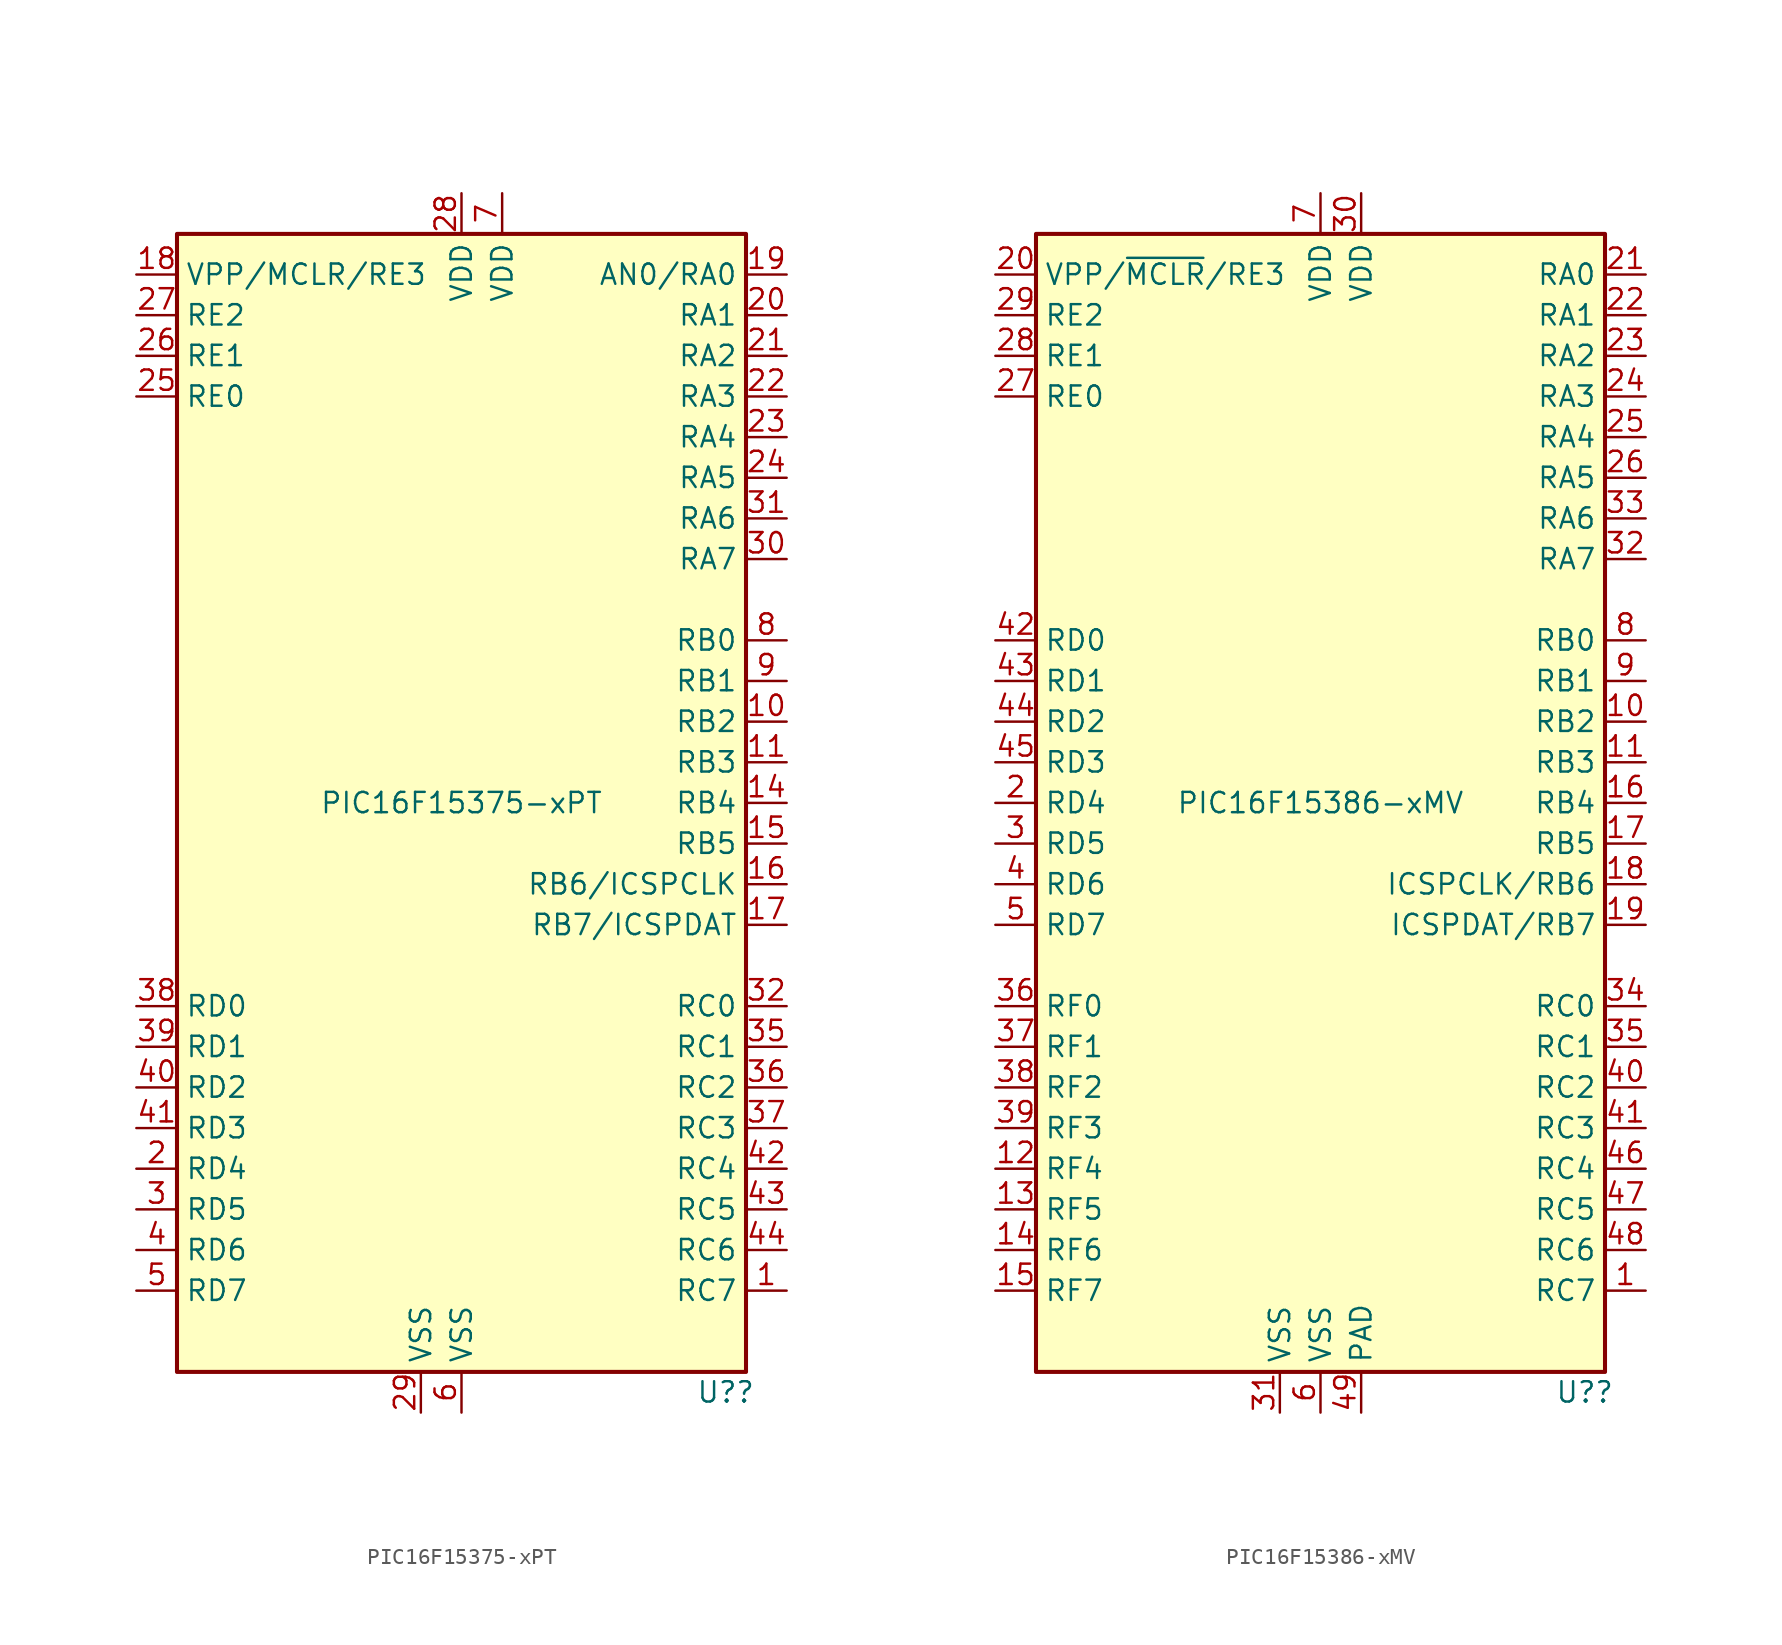
<source format=kicad_sym>
(kicad_symbol_lib
  (version 20200908)
  (generator kicad_symbol_editor)
  (symbol "MCU_Microchip_PIC16:PIC16F15375-xPT"
    (property "Reference" "U?"
      (at 16.51 -36.83 0)
      (effects (font (size 1.27 1.27))))
    (property "Value" "PIC16F15375-xPT"
      (at 0 0 0)
      (effects (font (size 1.27 1.27))))
    (symbol "PIC16F15375-xPT_0_1"
      (rectangle (start -17.78 35.56) (end 17.78 -35.56) (stroke (width 0.254)) (fill (type background))))
    (symbol "PIC16F15375-xPT_0_0"
      (pin unconnected line (at -20.32 5.08 0) (length 2.54) hide (name "NC" (effects (font (size 1.27 1.27)))) (number "12" (effects (font (size 1.27 1.27)))))
      (pin unconnected line (at -20.32 0 0) (length 2.54) hide (name "NC" (effects (font (size 1.27 1.27)))) (number "13" (effects (font (size 1.27 1.27)))))
      (pin unconnected line (at -20.32 2.54 0) (length 2.54) hide (name "NC" (effects (font (size 1.27 1.27)))) (number "33" (effects (font (size 1.27 1.27)))))
      (pin unconnected line (at -20.32 7.62 0) (length 2.54) hide (name "NC" (effects (font (size 1.27 1.27)))) (number "34" (effects (font (size 1.27 1.27))))))
    (symbol "PIC16F15375-xPT_1_1"
      (pin bidirectional line (at 20.32 -30.48 180) (length 2.54) (name "RC7" (effects (font (size 1.27 1.27)))) (number "1" (effects (font (size 1.27 1.27)))))
      (pin bidirectional line (at 20.32 5.08 180) (length 2.54) (name "RB2" (effects (font (size 1.27 1.27)))) (number "10" (effects (font (size 1.27 1.27)))))
      (pin bidirectional line (at 20.32 2.54 180) (length 2.54) (name "RB3" (effects (font (size 1.27 1.27)))) (number "11" (effects (font (size 1.27 1.27)))))
      (pin bidirectional line (at 20.32 0 180) (length 2.54) (name "RB4" (effects (font (size 1.27 1.27)))) (number "14" (effects (font (size 1.27 1.27)))))
      (pin bidirectional line (at 20.32 -2.54 180) (length 2.54) (name "RB5" (effects (font (size 1.27 1.27)))) (number "15" (effects (font (size 1.27 1.27)))))
      (pin bidirectional line (at 20.32 -5.08 180) (length 2.54) (name "RB6/ICSPCLK" (effects (font (size 1.27 1.27)))) (number "16" (effects (font (size 1.27 1.27)))))
      (pin bidirectional line (at 20.32 -7.62 180) (length 2.54) (name "RB7/ICSPDAT" (effects (font (size 1.27 1.27)))) (number "17" (effects (font (size 1.27 1.27)))))
      (pin bidirectional line (at -20.32 33.02 0) (length 2.54) (name "VPP/MCLR/RE3" (effects (font (size 1.27 1.27)))) (number "18" (effects (font (size 1.27 1.27)))))
      (pin bidirectional line (at 20.32 33.02 180) (length 2.54) (name "AN0/RA0" (effects (font (size 1.27 1.27)))) (number "19" (effects (font (size 1.27 1.27)))))
      (pin bidirectional line (at -20.32 -22.86 0) (length 2.54) (name "RD4" (effects (font (size 1.27 1.27)))) (number "2" (effects (font (size 1.27 1.27)))))
      (pin bidirectional line (at 20.32 30.48 180) (length 2.54) (name "RA1" (effects (font (size 1.27 1.27)))) (number "20" (effects (font (size 1.27 1.27)))))
      (pin bidirectional line (at 20.32 27.94 180) (length 2.54) (name "RA2" (effects (font (size 1.27 1.27)))) (number "21" (effects (font (size 1.27 1.27)))))
      (pin bidirectional line (at 20.32 25.4 180) (length 2.54) (name "RA3" (effects (font (size 1.27 1.27)))) (number "22" (effects (font (size 1.27 1.27)))))
      (pin bidirectional line (at 20.32 22.86 180) (length 2.54) (name "RA4" (effects (font (size 1.27 1.27)))) (number "23" (effects (font (size 1.27 1.27)))))
      (pin bidirectional line (at 20.32 20.32 180) (length 2.54) (name "RA5" (effects (font (size 1.27 1.27)))) (number "24" (effects (font (size 1.27 1.27)))))
      (pin bidirectional line (at -20.32 25.4 0) (length 2.54) (name "RE0" (effects (font (size 1.27 1.27)))) (number "25" (effects (font (size 1.27 1.27)))))
      (pin bidirectional line (at -20.32 27.94 0) (length 2.54) (name "RE1" (effects (font (size 1.27 1.27)))) (number "26" (effects (font (size 1.27 1.27)))))
      (pin bidirectional line (at -20.32 30.48 0) (length 2.54) (name "RE2" (effects (font (size 1.27 1.27)))) (number "27" (effects (font (size 1.27 1.27)))))
      (pin power_in line (at 0 38.1 270) (length 2.54) (name "VDD" (effects (font (size 1.27 1.27)))) (number "28" (effects (font (size 1.27 1.27)))))
      (pin power_in line (at -2.54 -38.1 90) (length 2.54) (name "VSS" (effects (font (size 1.27 1.27)))) (number "29" (effects (font (size 1.27 1.27)))))
      (pin bidirectional line (at -20.32 -25.4 0) (length 2.54) (name "RD5" (effects (font (size 1.27 1.27)))) (number "3" (effects (font (size 1.27 1.27)))))
      (pin bidirectional line (at 20.32 15.24 180) (length 2.54) (name "RA7" (effects (font (size 1.27 1.27)))) (number "30" (effects (font (size 1.27 1.27)))))
      (pin bidirectional line (at 20.32 17.78 180) (length 2.54) (name "RA6" (effects (font (size 1.27 1.27)))) (number "31" (effects (font (size 1.27 1.27)))))
      (pin bidirectional line (at 20.32 -12.7 180) (length 2.54) (name "RC0" (effects (font (size 1.27 1.27)))) (number "32" (effects (font (size 1.27 1.27)))))
      (pin bidirectional line (at 20.32 -15.24 180) (length 2.54) (name "RC1" (effects (font (size 1.27 1.27)))) (number "35" (effects (font (size 1.27 1.27)))))
      (pin bidirectional line (at 20.32 -17.78 180) (length 2.54) (name "RC2" (effects (font (size 1.27 1.27)))) (number "36" (effects (font (size 1.27 1.27)))))
      (pin bidirectional line (at 20.32 -20.32 180) (length 2.54) (name "RC3" (effects (font (size 1.27 1.27)))) (number "37" (effects (font (size 1.27 1.27)))))
      (pin bidirectional line (at -20.32 -12.7 0) (length 2.54) (name "RD0" (effects (font (size 1.27 1.27)))) (number "38" (effects (font (size 1.27 1.27)))))
      (pin bidirectional line (at -20.32 -15.24 0) (length 2.54) (name "RD1" (effects (font (size 1.27 1.27)))) (number "39" (effects (font (size 1.27 1.27)))))
      (pin bidirectional line (at -20.32 -27.94 0) (length 2.54) (name "RD6" (effects (font (size 1.27 1.27)))) (number "4" (effects (font (size 1.27 1.27)))))
      (pin bidirectional line (at -20.32 -17.78 0) (length 2.54) (name "RD2" (effects (font (size 1.27 1.27)))) (number "40" (effects (font (size 1.27 1.27)))))
      (pin bidirectional line (at -20.32 -20.32 0) (length 2.54) (name "RD3" (effects (font (size 1.27 1.27)))) (number "41" (effects (font (size 1.27 1.27)))))
      (pin bidirectional line (at 20.32 -22.86 180) (length 2.54) (name "RC4" (effects (font (size 1.27 1.27)))) (number "42" (effects (font (size 1.27 1.27)))))
      (pin bidirectional line (at 20.32 -25.4 180) (length 2.54) (name "RC5" (effects (font (size 1.27 1.27)))) (number "43" (effects (font (size 1.27 1.27)))))
      (pin bidirectional line (at 20.32 -27.94 180) (length 2.54) (name "RC6" (effects (font (size 1.27 1.27)))) (number "44" (effects (font (size 1.27 1.27)))))
      (pin bidirectional line (at -20.32 -30.48 0) (length 2.54) (name "RD7" (effects (font (size 1.27 1.27)))) (number "5" (effects (font (size 1.27 1.27)))))
      (pin power_in line (at 0 -38.1 90) (length 2.54) (name "VSS" (effects (font (size 1.27 1.27)))) (number "6" (effects (font (size 1.27 1.27)))))
      (pin power_in line (at 2.54 38.1 270) (length 2.54) (name "VDD" (effects (font (size 1.27 1.27)))) (number "7" (effects (font (size 1.27 1.27)))))
      (pin bidirectional line (at 20.32 10.16 180) (length 2.54) (name "RB0" (effects (font (size 1.27 1.27)))) (number "8" (effects (font (size 1.27 1.27)))))
      (pin bidirectional line (at 20.32 7.62 180) (length 2.54) (name "RB1" (effects (font (size 1.27 1.27)))) (number "9" (effects (font (size 1.27 1.27)))))))
  (symbol "MCU_Microchip_PIC16:PIC16F15386-xMV"
    (property "Reference" "U?"
      (at 16.51 -36.83 0)
      (effects (font (size 1.27 1.27))))
    (property "Value" "PIC16F15386-xMV"
      (at 0 0 0)
      (effects (font (size 1.27 1.27))))
    (symbol "PIC16F15386-xMV_0_1"
      (rectangle (start -17.78 35.56) (end 17.78 -35.56) (stroke (width 0.254)) (fill (type background))))
    (symbol "PIC16F15386-xMV_0_0"
      (pin bidirectional line (at -20.32 -2.54 0) (length 2.54) (name "RD5" (effects (font (size 1.27 1.27)))) (number "3" (effects (font (size 1.27 1.27)))))
      (pin bidirectional line (at -20.32 -5.08 0) (length 2.54) (name "RD6" (effects (font (size 1.27 1.27)))) (number "4" (effects (font (size 1.27 1.27)))))
      (pin power_in line (at 2.54 -38.1 90) (length 2.54) (name "PAD" (effects (font (size 1.27 1.27)))) (number "49" (effects (font (size 1.27 1.27))))))
    (symbol "PIC16F15386-xMV_1_1"
      (pin bidirectional line (at 20.32 -30.48 180) (length 2.54) (name "RC7" (effects (font (size 1.27 1.27)))) (number "1" (effects (font (size 1.27 1.27)))))
      (pin bidirectional line (at 20.32 5.08 180) (length 2.54) (name "RB2" (effects (font (size 1.27 1.27)))) (number "10" (effects (font (size 1.27 1.27)))))
      (pin bidirectional line (at 20.32 2.54 180) (length 2.54) (name "RB3" (effects (font (size 1.27 1.27)))) (number "11" (effects (font (size 1.27 1.27)))))
      (pin bidirectional line (at -20.32 -22.86 0) (length 2.54) (name "RF4" (effects (font (size 1.27 1.27)))) (number "12" (effects (font (size 1.27 1.27)))))
      (pin bidirectional line (at -20.32 -25.4 0) (length 2.54) (name "RF5" (effects (font (size 1.27 1.27)))) (number "13" (effects (font (size 1.27 1.27)))))
      (pin bidirectional line (at -20.32 -27.94 0) (length 2.54) (name "RF6" (effects (font (size 1.27 1.27)))) (number "14" (effects (font (size 1.27 1.27)))))
      (pin bidirectional line (at -20.32 -30.48 0) (length 2.54) (name "RF7" (effects (font (size 1.27 1.27)))) (number "15" (effects (font (size 1.27 1.27)))))
      (pin bidirectional line (at 20.32 0 180) (length 2.54) (name "RB4" (effects (font (size 1.27 1.27)))) (number "16" (effects (font (size 1.27 1.27)))))
      (pin bidirectional line (at 20.32 -2.54 180) (length 2.54) (name "RB5" (effects (font (size 1.27 1.27)))) (number "17" (effects (font (size 1.27 1.27)))))
      (pin bidirectional line (at 20.32 -5.08 180) (length 2.54) (name "ICSPCLK/RB6" (effects (font (size 1.27 1.27)))) (number "18" (effects (font (size 1.27 1.27)))))
      (pin bidirectional line (at 20.32 -7.62 180) (length 2.54) (name "ICSPDAT/RB7" (effects (font (size 1.27 1.27)))) (number "19" (effects (font (size 1.27 1.27)))))
      (pin bidirectional line (at -20.32 0 0) (length 2.54) (name "RD4" (effects (font (size 1.27 1.27)))) (number "2" (effects (font (size 1.27 1.27)))))
      (pin bidirectional line (at -20.32 33.02 0) (length 2.54) (name "VPP/~MCLR~/RE3" (effects (font (size 1.27 1.27)))) (number "20" (effects (font (size 1.27 1.27)))))
      (pin bidirectional line (at 20.32 33.02 180) (length 2.54) (name "RA0" (effects (font (size 1.27 1.27)))) (number "21" (effects (font (size 1.27 1.27)))))
      (pin bidirectional line (at 20.32 30.48 180) (length 2.54) (name "RA1" (effects (font (size 1.27 1.27)))) (number "22" (effects (font (size 1.27 1.27)))))
      (pin bidirectional line (at 20.32 27.94 180) (length 2.54) (name "RA2" (effects (font (size 1.27 1.27)))) (number "23" (effects (font (size 1.27 1.27)))))
      (pin bidirectional line (at 20.32 25.4 180) (length 2.54) (name "RA3" (effects (font (size 1.27 1.27)))) (number "24" (effects (font (size 1.27 1.27)))))
      (pin bidirectional line (at 20.32 22.86 180) (length 2.54) (name "RA4" (effects (font (size 1.27 1.27)))) (number "25" (effects (font (size 1.27 1.27)))))
      (pin bidirectional line (at 20.32 20.32 180) (length 2.54) (name "RA5" (effects (font (size 1.27 1.27)))) (number "26" (effects (font (size 1.27 1.27)))))
      (pin bidirectional line (at -20.32 25.4 0) (length 2.54) (name "RE0" (effects (font (size 1.27 1.27)))) (number "27" (effects (font (size 1.27 1.27)))))
      (pin bidirectional line (at -20.32 27.94 0) (length 2.54) (name "RE1" (effects (font (size 1.27 1.27)))) (number "28" (effects (font (size 1.27 1.27)))))
      (pin bidirectional line (at -20.32 30.48 0) (length 2.54) (name "RE2" (effects (font (size 1.27 1.27)))) (number "29" (effects (font (size 1.27 1.27)))))
      (pin power_in line (at 2.54 38.1 270) (length 2.54) (name "VDD" (effects (font (size 1.27 1.27)))) (number "30" (effects (font (size 1.27 1.27)))))
      (pin power_in line (at -2.54 -38.1 90) (length 2.54) (name "VSS" (effects (font (size 1.27 1.27)))) (number "31" (effects (font (size 1.27 1.27)))))
      (pin bidirectional line (at 20.32 15.24 180) (length 2.54) (name "RA7" (effects (font (size 1.27 1.27)))) (number "32" (effects (font (size 1.27 1.27)))))
      (pin bidirectional line (at 20.32 17.78 180) (length 2.54) (name "RA6" (effects (font (size 1.27 1.27)))) (number "33" (effects (font (size 1.27 1.27)))))
      (pin bidirectional line (at 20.32 -12.7 180) (length 2.54) (name "RC0" (effects (font (size 1.27 1.27)))) (number "34" (effects (font (size 1.27 1.27)))))
      (pin bidirectional line (at 20.32 -15.24 180) (length 2.54) (name "RC1" (effects (font (size 1.27 1.27)))) (number "35" (effects (font (size 1.27 1.27)))))
      (pin bidirectional line (at -20.32 -12.7 0) (length 2.54) (name "RF0" (effects (font (size 1.27 1.27)))) (number "36" (effects (font (size 1.27 1.27)))))
      (pin bidirectional line (at -20.32 -15.24 0) (length 2.54) (name "RF1" (effects (font (size 1.27 1.27)))) (number "37" (effects (font (size 1.27 1.27)))))
      (pin bidirectional line (at -20.32 -17.78 0) (length 2.54) (name "RF2" (effects (font (size 1.27 1.27)))) (number "38" (effects (font (size 1.27 1.27)))))
      (pin bidirectional line (at -20.32 -20.32 0) (length 2.54) (name "RF3" (effects (font (size 1.27 1.27)))) (number "39" (effects (font (size 1.27 1.27)))))
      (pin bidirectional line (at 20.32 -17.78 180) (length 2.54) (name "RC2" (effects (font (size 1.27 1.27)))) (number "40" (effects (font (size 1.27 1.27)))))
      (pin bidirectional line (at 20.32 -20.32 180) (length 2.54) (name "RC3" (effects (font (size 1.27 1.27)))) (number "41" (effects (font (size 1.27 1.27)))))
      (pin bidirectional line (at -20.32 10.16 0) (length 2.54) (name "RD0" (effects (font (size 1.27 1.27)))) (number "42" (effects (font (size 1.27 1.27)))))
      (pin bidirectional line (at -20.32 7.62 0) (length 2.54) (name "RD1" (effects (font (size 1.27 1.27)))) (number "43" (effects (font (size 1.27 1.27)))))
      (pin bidirectional line (at -20.32 5.08 0) (length 2.54) (name "RD2" (effects (font (size 1.27 1.27)))) (number "44" (effects (font (size 1.27 1.27)))))
      (pin bidirectional line (at -20.32 2.54 0) (length 2.54) (name "RD3" (effects (font (size 1.27 1.27)))) (number "45" (effects (font (size 1.27 1.27)))))
      (pin bidirectional line (at 20.32 -22.86 180) (length 2.54) (name "RC4" (effects (font (size 1.27 1.27)))) (number "46" (effects (font (size 1.27 1.27)))))
      (pin bidirectional line (at 20.32 -25.4 180) (length 2.54) (name "RC5" (effects (font (size 1.27 1.27)))) (number "47" (effects (font (size 1.27 1.27)))))
      (pin bidirectional line (at 20.32 -27.94 180) (length 2.54) (name "RC6" (effects (font (size 1.27 1.27)))) (number "48" (effects (font (size 1.27 1.27)))))
      (pin bidirectional line (at -20.32 -7.62 0) (length 2.54) (name "RD7" (effects (font (size 1.27 1.27)))) (number "5" (effects (font (size 1.27 1.27)))))
      (pin power_in line (at 0 -38.1 90) (length 2.54) (name "VSS" (effects (font (size 1.27 1.27)))) (number "6" (effects (font (size 1.27 1.27)))))
      (pin power_in line (at 0 38.1 270) (length 2.54) (name "VDD" (effects (font (size 1.27 1.27)))) (number "7" (effects (font (size 1.27 1.27)))))
      (pin bidirectional line (at 20.32 10.16 180) (length 2.54) (name "RB0" (effects (font (size 1.27 1.27)))) (number "8" (effects (font (size 1.27 1.27)))))
      (pin bidirectional line (at 20.32 7.62 180) (length 2.54) (name "RB1" (effects (font (size 1.27 1.27)))) (number "9" (effects (font (size 1.27 1.27))))))))
</source>
